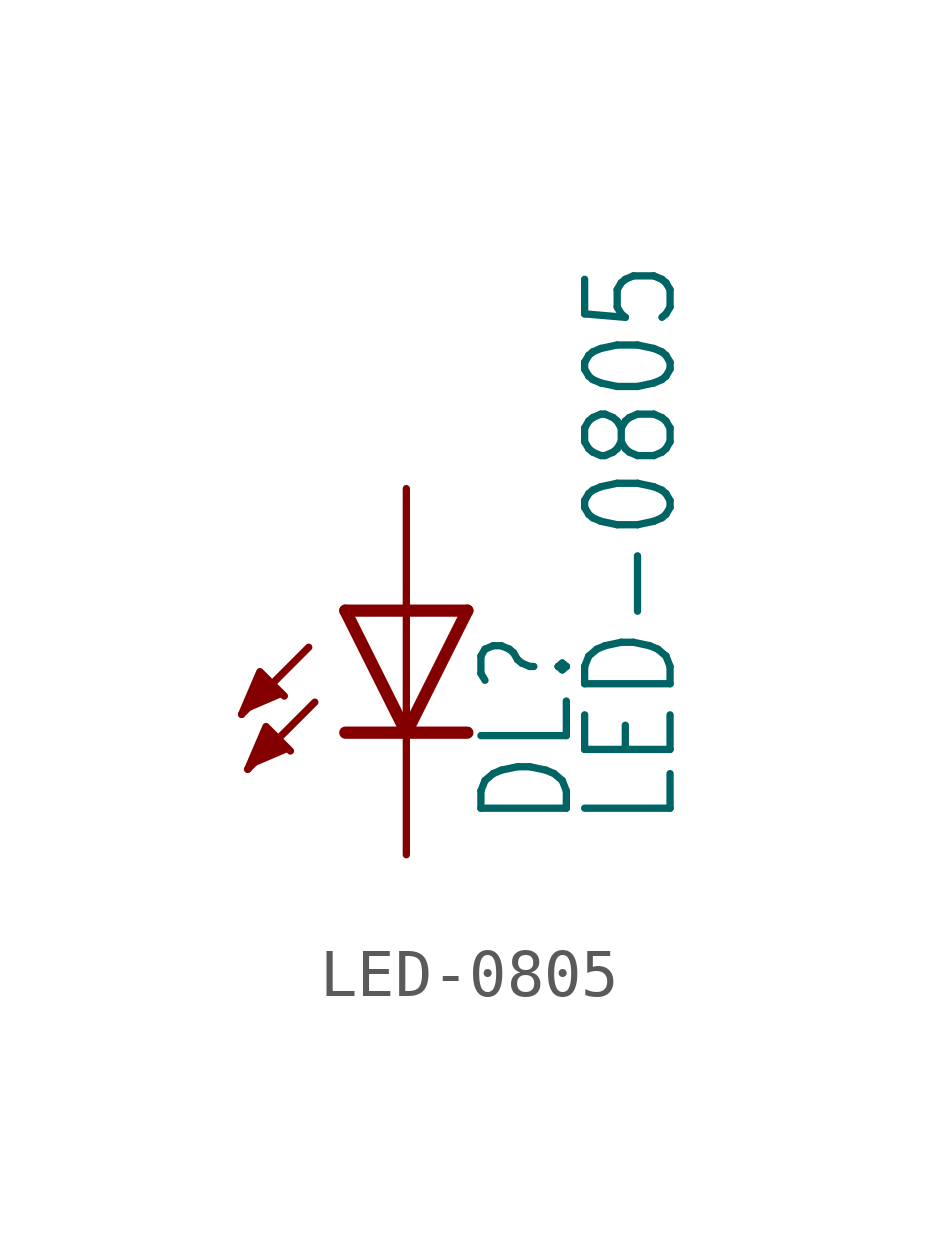
<source format=kicad_sym>
(kicad_symbol_lib
  (version 20211014)
  (generator kicad_symbol_editor)
  (symbol "LED-0805"
    (property "Reference" "DL"
      (at 3.556 -4.572 90)
      (effects (font (size 1.778 1.511)) (justify left bottom)))
    (property "Value" "LED-0805"
      (at 5.715 -4.572 90)
      (effects (font (size 1.778 1.511)) (justify left bottom)))
    (property "ki_locked" ""
      (at 0 0 0)
      (effects (font (size 1.27 1.27))))
    (symbol "LED-0805_1_0"
      (polyline (pts (xy -2.032 -0.762) (xy -3.429 -2.159)) (stroke (width 0.152) (type default) (color 0 0 0 0)) (fill (type none)))
      (polyline (pts (xy -1.905 -1.905) (xy -3.302 -3.302)) (stroke (width 0.152) (type default) (color 0 0 0 0)) (fill (type none)))
      (polyline (pts (xy 0 -2.54) (xy -1.27 -2.54)) (stroke (width 0.254) (type default) (color 0 0 0 0)) (fill (type none)))
      (polyline (pts (xy 0 -2.54) (xy -1.27 0)) (stroke (width 0.254) (type default) (color 0 0 0 0)) (fill (type none)))
      (polyline (pts (xy 0 0) (xy -1.27 0)) (stroke (width 0.254) (type default) (color 0 0 0 0)) (fill (type none)))
      (polyline (pts (xy 0 0) (xy 0 -2.54)) (stroke (width 0.152) (type default) (color 0 0 0 0)) (fill (type none)))
      (polyline (pts (xy 1.27 -2.54) (xy 0 -2.54)) (stroke (width 0.254) (type default) (color 0 0 0 0)) (fill (type none)))
      (polyline (pts (xy 1.27 0) (xy 0 -2.54)) (stroke (width 0.254) (type default) (color 0 0 0 0)) (fill (type none)))
      (polyline (pts (xy 1.27 0) (xy 0 0)) (stroke (width 0.254) (type default) (color 0 0 0 0)) (fill (type none)))
      (polyline (pts (xy -3.429 -2.159) (xy -3.048 -1.27) (xy -2.54 -1.778)) (stroke (width 0) (type default) (color 0 0 0 0)) (fill (type outline)))
      (polyline (pts (xy -3.302 -3.302) (xy -2.921 -2.413) (xy -2.413 -2.921)) (stroke (width 0) (type default) (color 0 0 0 0)) (fill (type outline)))
      (pin passive line (at 0 2.54 270) (length 2.54) (name "A" (effects (font (size 0 0)))) (number "A" (effects (font (size 0 0)))))
      (pin passive line (at 0 -5.08 90) (length 2.54) (name "C" (effects (font (size 0 0)))) (number "C" (effects (font (size 0 0))))))))
</source>
